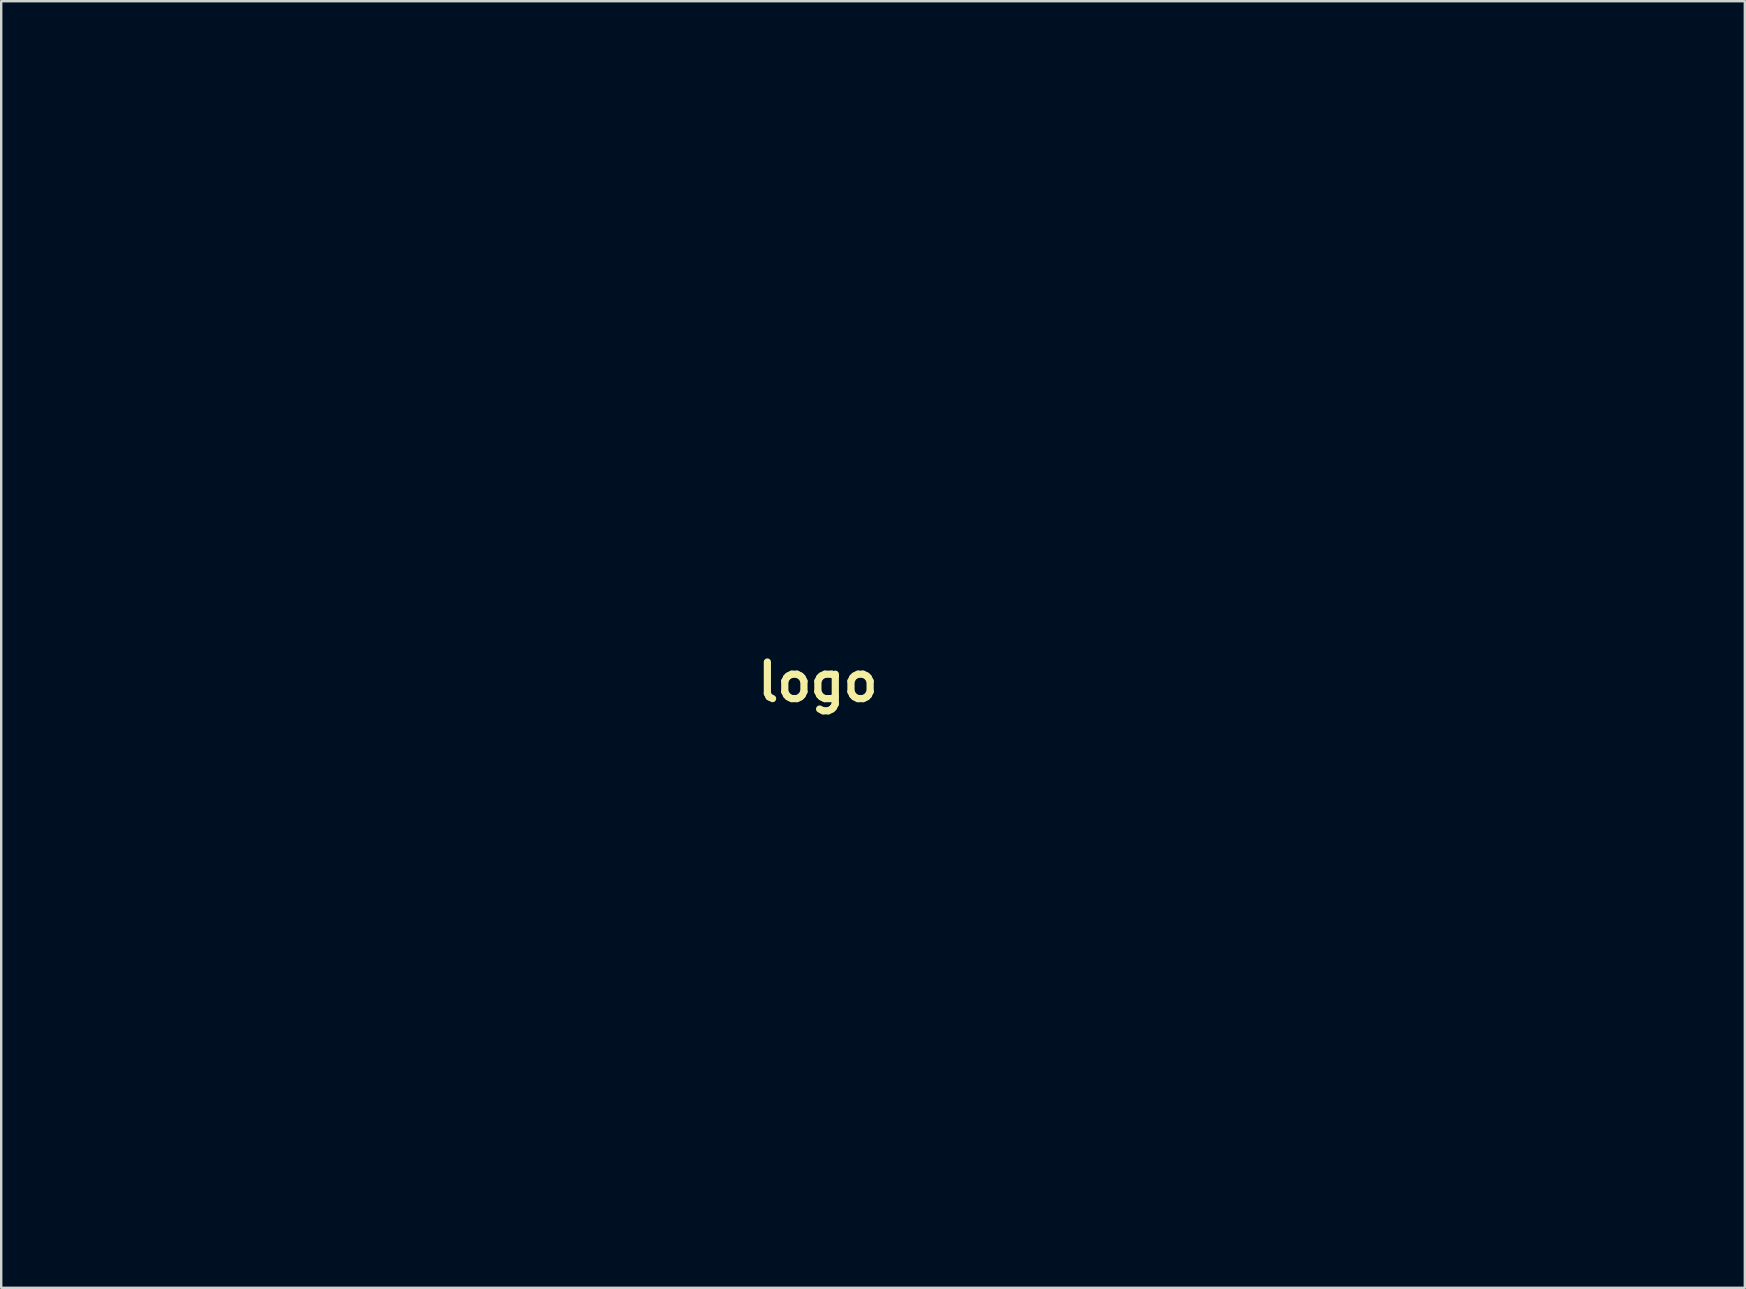
<source format=kicad_pcb>
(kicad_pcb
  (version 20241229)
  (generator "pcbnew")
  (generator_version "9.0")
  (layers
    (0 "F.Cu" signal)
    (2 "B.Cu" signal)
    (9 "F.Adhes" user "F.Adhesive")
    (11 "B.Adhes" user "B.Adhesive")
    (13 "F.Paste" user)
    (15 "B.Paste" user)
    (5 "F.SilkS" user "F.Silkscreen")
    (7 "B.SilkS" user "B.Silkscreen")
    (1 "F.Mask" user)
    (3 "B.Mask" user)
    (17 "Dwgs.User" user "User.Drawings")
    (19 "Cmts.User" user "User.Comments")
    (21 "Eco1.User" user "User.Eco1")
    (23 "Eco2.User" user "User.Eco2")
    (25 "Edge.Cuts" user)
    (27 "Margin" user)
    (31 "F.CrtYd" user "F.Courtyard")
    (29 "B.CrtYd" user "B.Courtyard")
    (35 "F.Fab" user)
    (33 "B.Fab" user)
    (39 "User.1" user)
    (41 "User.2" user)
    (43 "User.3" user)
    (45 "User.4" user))
  (footprint "logo"
    (layer "F.Cu")
    (at 31.026 25.367)
    (property "Reference" "logo" (at 0 0 0) (layer "F.SilkS") (effects (font (size 1.524 1.524) (thickness 0.3))))
    (attr through_hole)
    (fp_poly (pts (xy -5.438 -8.369) (xy -5.276 -8.333) (xy -5.127 -8.281) (xy -5.006 -8.216) (xy -4.949 -8.169) (xy -4.89 -8.072) (xy -4.854 -7.942) (xy -4.843 -7.799) (xy -4.856 -7.683) (xy -4.893 -7.572) (xy -4.96 -7.43) (xy -5.05 -7.266) (xy -5.158 -7.092) (xy -5.277 -6.92) (xy -5.291 -6.9) (xy -5.389 -6.763) (xy -5.511 -6.585) (xy -5.653 -6.373) (xy -5.809 -6.135) (xy -5.976 -5.879) (xy -6.148 -5.612) (xy -6.32 -5.341) (xy -6.487 -5.074) (xy -6.646 -4.818) (xy -6.791 -4.581) (xy -6.914 -4.374) (xy -6.987 -4.254) (xy -7.085 -4.098) (xy -7.201 -3.916) (xy -7.328 -3.719) (xy -7.46 -3.518) (xy -7.576 -3.344) (xy -7.712 -3.14) (xy -7.854 -2.922) (xy -7.995 -2.704) (xy -8.126 -2.498) (xy -8.24 -2.316) (xy -8.31 -2.201) (xy -8.421 -2.018) (xy -8.545 -1.817) (xy -8.67 -1.616) (xy -8.784 -1.434) (xy -8.842 -1.343) (xy -8.989 -1.11) (xy -9.105 -0.917) (xy -9.192 -0.76) (xy -9.252 -0.634) (xy -9.287 -0.533) (xy -9.299 -0.452) (xy -9.289 -0.387) (xy -9.26 -0.332) (xy -9.242 -0.31) (xy -9.204 -0.272) (xy -9.159 -0.242) (xy -9.097 -0.218) (xy -9.008 -0.194) (xy -8.882 -0.169) (xy -8.742 -0.144) (xy -8.514 -0.099) (xy -8.341 -0.049) (xy -8.221 0.006) (xy -8.153 0.067) (xy -8.134 0.134) (xy -8.152 0.189) (xy -8.219 0.278) (xy -8.319 0.353) (xy -8.455 0.413) (xy -8.632 0.46) (xy -8.853 0.496) (xy -9.123 0.522) (xy -9.363 0.535) (xy -9.564 0.544) (xy -9.717 0.553) (xy -9.833 0.566) (xy -9.919 0.586) (xy -9.986 0.615) (xy -10.042 0.657) (xy -10.096 0.714) (xy -10.157 0.789) (xy -10.164 0.798) (xy -10.219 0.871) (xy -10.301 0.988) (xy -10.409 1.144) (xy -10.539 1.335) (xy -10.688 1.556) (xy -10.853 1.803) (xy -11.031 2.072) (xy -11.221 2.359) (xy -11.418 2.659) (xy -11.62 2.969) (xy -11.825 3.283) (xy -11.992 3.542) (xy -12.144 3.776) (xy -12.297 4.013) (xy -12.447 4.242) (xy -12.588 4.458) (xy -12.715 4.652) (xy -12.823 4.816) (xy -12.907 4.942) (xy -12.924 4.967) (xy -13.039 5.141) (xy -13.166 5.338) (xy -13.291 5.537) (xy -13.401 5.717) (xy -13.432 5.769) (xy -13.524 5.921) (xy -13.619 6.071) (xy -13.709 6.207) (xy -13.783 6.314) (xy -13.806 6.346) (xy -13.887 6.456) (xy -13.967 6.571) (xy -14.028 6.668) (xy -14.031 6.673) (xy -14.068 6.732) (xy -14.134 6.831) (xy -14.223 6.96) (xy -14.329 7.114) (xy -14.448 7.285) (xy -14.576 7.465) (xy -14.605 7.507) (xy -14.749 7.713) (xy -14.9 7.933) (xy -15.049 8.155) (xy -15.187 8.366) (xy -15.308 8.555) (xy -15.392 8.692) (xy -15.537 8.932) (xy -15.658 9.128) (xy -15.759 9.285) (xy -15.845 9.409) (xy -15.919 9.505) (xy -15.984 9.579) (xy -16.045 9.635) (xy -16.097 9.673) (xy -16.186 9.73) (xy -16.247 9.756) (xy -16.298 9.755) (xy -16.357 9.731) (xy -16.377 9.72) (xy -16.443 9.673) (xy -16.479 9.612) (xy -16.488 9.528) (xy -16.472 9.409) (xy -16.449 9.307) (xy -16.41 9.182) (xy -16.348 9.02) (xy -16.268 8.832) (xy -16.177 8.632) (xy -16.08 8.43) (xy -15.981 8.239) (xy -15.888 8.07) (xy -15.818 7.956) (xy -15.756 7.857) (xy -15.676 7.724) (xy -15.584 7.569) (xy -15.492 7.408) (xy -15.445 7.326) (xy -15.329 7.121) (xy -15.234 6.957) (xy -15.153 6.825) (xy -15.082 6.714) (xy -15.014 6.618) (xy -14.944 6.526) (xy -14.865 6.43) (xy -14.845 6.406) (xy -14.715 6.232) (xy -14.592 6.027) (xy -14.506 5.856) (xy -14.427 5.701) (xy -14.336 5.539) (xy -14.245 5.39) (xy -14.174 5.288) (xy -14.098 5.182) (xy -13.997 5.038) (xy -13.877 4.864) (xy -13.745 4.669) (xy -13.607 4.463) (xy -13.468 4.255) (xy -13.335 4.053) (xy -13.213 3.866) (xy -13.11 3.704) (xy -13.098 3.686) (xy -13.012 3.554) (xy -12.92 3.422) (xy -12.834 3.307) (xy -12.786 3.248) (xy -12.71 3.157) (xy -12.636 3.057) (xy -12.558 2.943) (xy -12.474 2.808) (xy -12.379 2.646) (xy -12.269 2.45) (xy -12.141 2.214) (xy -12.051 2.046) (xy -11.946 1.851) (xy -11.84 1.655) (xy -11.739 1.469) (xy -11.647 1.304) (xy -11.572 1.17) (xy -11.537 1.108) (xy -11.463 0.978) (xy -11.416 0.885) (xy -11.391 0.819) (xy -11.384 0.768) (xy -11.388 0.734) (xy -11.428 0.658) (xy -11.514 0.593) (xy -11.648 0.541) (xy -11.832 0.499) (xy -12.068 0.467) (xy -12.234 0.453) (xy -12.532 0.434) (xy -12.871 0.417) (xy -13.242 0.403) (xy -13.636 0.391) (xy -14.045 0.381) (xy -14.459 0.374) (xy -14.87 0.37) (xy -15.269 0.369) (xy -15.647 0.371) (xy -15.995 0.376) (xy -16.304 0.384) (xy -16.566 0.395) (xy -16.566 0.395) (xy -16.882 0.414) (xy -17.147 0.433) (xy -17.368 0.453) (xy -17.549 0.476) (xy -17.698 0.501) (xy -17.819 0.531) (xy -17.919 0.566) (xy -18.003 0.608) (xy -18.077 0.657) (xy -18.095 0.671) (xy -18.418 0.929) (xy -18.764 1.218) (xy -19.125 1.529) (xy -19.492 1.854) (xy -19.853 2.183) (xy -20.201 2.509) (xy -20.524 2.821) (xy -20.815 3.113) (xy -20.903 3.205) (xy -21.085 3.392) (xy -21.27 3.576) (xy -21.451 3.75) (xy -21.622 3.909) (xy -21.777 4.048) (xy -21.911 4.161) (xy -22.017 4.243) (xy -22.076 4.282) (xy -22.136 4.306) (xy -22.213 4.322) (xy -22.322 4.33) (xy -22.465 4.332) (xy -22.604 4.331) (xy -22.704 4.324) (xy -22.781 4.31) (xy -22.852 4.286) (xy -22.923 4.253) (xy -23.026 4.192) (xy -23.142 4.107) (xy -23.248 4.016) (xy -23.251 4.013) (xy -23.339 3.924) (xy -23.395 3.852) (xy -23.429 3.781) (xy -23.453 3.692) (xy -23.47 3.597) (xy -23.476 3.52) (xy -23.472 3.488) (xy -23.44 3.448) (xy -23.376 3.393) (xy -23.32 3.351) (xy -23.242 3.292) (xy -23.139 3.207) (xy -23.027 3.109) (xy -22.96 3.046) (xy -22.58 2.688) (xy -22.242 2.366) (xy -21.946 2.082) (xy -21.692 1.836) (xy -21.479 1.625) (xy -21.307 1.452) (xy -21.176 1.315) (xy -21.086 1.215) (xy -21.036 1.15) (xy -21.026 1.126) (xy -21.05 1.048) (xy -21.124 0.981) (xy -21.25 0.922) (xy -21.316 0.901) (xy -21.473 0.841) (xy -21.629 0.757) (xy -21.774 0.657) (xy -21.899 0.549) (xy -21.996 0.439) (xy -22.055 0.336) (xy -22.07 0.266) (xy -22.05 0.221) (xy -22 0.158) (xy -21.964 0.121) (xy -21.797 -0.002) (xy -21.584 -0.111) (xy -21.333 -0.201) (xy -21.054 -0.269) (xy -20.884 -0.297) (xy -20.716 -0.32) (xy -20.524 -0.346) (xy -20.344 -0.371) (xy -20.292 -0.378) (xy -20.142 -0.399) (xy -19.96 -0.423) (xy -19.771 -0.447) (xy -19.618 -0.466) (xy -19.431 -0.491) (xy -19.269 -0.516) (xy -19.123 -0.547) (xy -18.987 -0.585) (xy -18.854 -0.633) (xy -18.717 -0.696) (xy -18.568 -0.776) (xy -18.4 -0.877) (xy -18.399 -0.878) (xy -15.935 -0.878) (xy -15.934 -0.836) (xy -15.918 -0.796) (xy -15.905 -0.775) (xy -15.891 -0.755) (xy -15.872 -0.738) (xy -15.844 -0.725) (xy -15.8 -0.713) (xy -15.735 -0.703) (xy -15.641 -0.694) (xy -15.515 -0.684) (xy -15.349 -0.673) (xy -15.137 -0.661) (xy -14.915 -0.648) (xy -14.708 -0.635) (xy -14.465 -0.619) (xy -14.209 -0.599) (xy -13.96 -0.579) (xy -13.775 -0.563) (xy -13.555 -0.545) (xy -13.299 -0.526) (xy -13.027 -0.508) (xy -12.759 -0.492) (xy -12.516 -0.48) (xy -12.491 -0.479) (xy -12.295 -0.47) (xy -12.113 -0.462) (xy -11.953 -0.455) (xy -11.826 -0.448) (xy -11.74 -0.443) (xy -11.712 -0.441) (xy -11.578 -0.433) (xy -11.419 -0.429) (xy -11.25 -0.429) (xy -11.086 -0.432) (xy -10.943 -0.438) (xy -10.835 -0.448) (xy -10.806 -0.452) (xy -10.697 -0.478) (xy -10.601 -0.516) (xy -10.511 -0.573) (xy -10.421 -0.654) (xy -10.321 -0.766) (xy -10.205 -0.916) (xy -10.112 -1.044) (xy -9.926 -1.311) (xy -9.747 -1.584) (xy -9.571 -1.873) (xy -9.391 -2.184) (xy -9.205 -2.526) (xy -9.007 -2.906) (xy -8.822 -3.274) (xy -8.723 -3.472) (xy -8.646 -3.628) (xy -8.585 -3.749) (xy -8.537 -3.843) (xy -8.498 -3.918) (xy -8.463 -3.982) (xy -8.427 -4.042) (xy -8.388 -4.108) (xy -8.34 -4.186) (xy -8.311 -4.233) (xy -8.262 -4.315) (xy -8.191 -4.437) (xy -8.102 -4.592) (xy -8.001 -4.77) (xy -7.891 -4.964) (xy -7.777 -5.165) (xy -7.664 -5.365) (xy -7.558 -5.556) (xy -7.462 -5.729) (xy -7.38 -5.876) (xy -7.319 -5.989) (xy -7.289 -6.046) (xy -7.262 -6.13) (xy -7.258 -6.202) (xy -7.279 -6.262) (xy -7.326 -6.289) (xy -7.404 -6.283) (xy -7.517 -6.242) (xy -7.668 -6.167) (xy -7.719 -6.14) (xy -7.851 -6.069) (xy -7.983 -6.003) (xy -8.097 -5.949) (xy -8.156 -5.925) (xy -8.272 -5.875) (xy -8.415 -5.801) (xy -8.59 -5.702) (xy -8.799 -5.575) (xy -9.045 -5.419) (xy -9.332 -5.231) (xy -9.426 -5.169) (xy -9.609 -5.049) (xy -9.798 -4.93) (xy -9.982 -4.818) (xy -10.147 -4.721) (xy -10.283 -4.645) (xy -10.329 -4.622) (xy -10.48 -4.546) (xy -10.607 -4.48) (xy -10.721 -4.419) (xy -10.833 -4.355) (xy -10.954 -4.281) (xy -11.096 -4.193) (xy -11.27 -4.082) (xy -11.349 -4.031) (xy -11.518 -3.925) (xy -11.702 -3.814) (xy -11.882 -3.708) (xy -12.042 -3.618) (xy -12.107 -3.583) (xy -12.255 -3.5) (xy -12.402 -3.41) (xy -12.531 -3.322) (xy -12.615 -3.255) (xy -12.72 -3.171) (xy -12.83 -3.092) (xy -12.924 -3.035) (xy -12.93 -3.032) (xy -13.084 -2.949) (xy -13.249 -2.85) (xy -13.434 -2.729) (xy -13.647 -2.582) (xy -13.837 -2.445) (xy -13.967 -2.352) (xy -14.133 -2.234) (xy -14.325 -2.099) (xy -14.533 -1.955) (xy -14.745 -1.808) (xy -14.951 -1.666) (xy -14.972 -1.652) (xy -15.22 -1.481) (xy -15.424 -1.338) (xy -15.589 -1.22) (xy -15.717 -1.123) (xy -15.812 -1.043) (xy -15.878 -0.978) (xy -15.917 -0.924) (xy -15.935 -0.878) (xy -18.399 -0.878) (xy -18.208 -1.001) (xy -17.982 -1.152) (xy -17.753 -1.309) (xy -16.65 -2.049) (xy -15.574 -2.741) (xy -14.732 -3.26) (xy -14.498 -3.402) (xy -14.241 -3.557) (xy -13.978 -3.716) (xy -13.72 -3.873) (xy -13.482 -4.017) (xy -13.277 -4.141) (xy -13.266 -4.148) (xy -13.013 -4.301) (xy -12.781 -4.439) (xy -12.563 -4.567) (xy -12.348 -4.69) (xy -12.126 -4.815) (xy -11.887 -4.947) (xy -11.621 -5.091) (xy -11.317 -5.253) (xy -11.204 -5.313) (xy -10.871 -5.491) (xy -10.566 -5.655) (xy -10.293 -5.803) (xy -10.054 -5.933) (xy -9.854 -6.044) (xy -9.696 -6.134) (xy -9.582 -6.201) (xy -9.525 -6.237) (xy -9.433 -6.293) (xy -9.299 -6.366) (xy -9.129 -6.453) (xy -8.933 -6.55) (xy -8.721 -6.653) (xy -8.499 -6.758) (xy -8.278 -6.86) (xy -8.065 -6.956) (xy -7.869 -7.041) (xy -7.7 -7.112) (xy -7.565 -7.164) (xy -7.493 -7.189) (xy -7.232 -7.29) (xy -6.956 -7.443) (xy -6.668 -7.647) (xy -6.37 -7.899) (xy -6.262 -8.001) (xy -6.122 -8.134) (xy -6.012 -8.232) (xy -5.923 -8.3) (xy -5.845 -8.344) (xy -5.77 -8.369) (xy -5.688 -8.379) (xy -5.595 -8.382) (xy -5.438 -8.369)) (stroke (width 0.01) (type solid)) (fill yes) (layer "F.Mask"))
    (fp_poly (pts (xy 28.781 0.84) (xy 28.952 0.89) (xy 29.119 0.963) (xy 29.282 1.05) (xy 29.416 1.145) (xy 29.549 1.268) (xy 29.554 1.273) (xy 29.672 1.398) (xy 29.754 1.502) (xy 29.806 1.596) (xy 29.837 1.694) (xy 29.849 1.762) (xy 29.854 1.835) (xy 29.847 1.913) (xy 29.826 2.003) (xy 29.789 2.113) (xy 29.732 2.25) (xy 29.654 2.42) (xy 29.551 2.631) (xy 29.526 2.681) (xy 29.281 3.175) (xy 28.786 3.697) (xy 28.59 3.906) (xy 28.382 4.126) (xy 28.172 4.35) (xy 27.967 4.57) (xy 27.775 4.776) (xy 27.603 4.963) (xy 27.458 5.12) (xy 27.403 5.18) (xy 27.319 5.266) (xy 27.211 5.368) (xy 27.1 5.466) (xy 27.079 5.484) (xy 27.013 5.543) (xy 26.913 5.638) (xy 26.783 5.764) (xy 26.628 5.917) (xy 26.453 6.091) (xy 26.263 6.283) (xy 26.061 6.487) (xy 25.854 6.698) (xy 25.644 6.913) (xy 25.438 7.125) (xy 25.239 7.33) (xy 25.053 7.524) (xy 24.884 7.701) (xy 24.737 7.857) (xy 24.616 7.987) (xy 24.526 8.087) (xy 24.49 8.128) (xy 24.387 8.253) (xy 24.283 8.385) (xy 24.191 8.505) (xy 24.137 8.58) (xy 24.062 8.678) (xy 23.961 8.799) (xy 23.851 8.924) (xy 23.777 9.003) (xy 23.68 9.104) (xy 23.595 9.198) (xy 23.531 9.272) (xy 23.499 9.313) (xy 23.461 9.396) (xy 23.457 9.47) (xy 23.489 9.518) (xy 23.499 9.522) (xy 23.558 9.525) (xy 23.661 9.507) (xy 23.797 9.472) (xy 23.958 9.422) (xy 24.135 9.36) (xy 24.319 9.289) (xy 24.501 9.213) (xy 24.64 9.149) (xy 24.732 9.109) (xy 24.871 9.053) (xy 25.049 8.985) (xy 25.259 8.907) (xy 25.494 8.822) (xy 25.747 8.732) (xy 26.011 8.641) (xy 26.136 8.598) (xy 26.393 8.509) (xy 26.642 8.423) (xy 26.876 8.34) (xy 27.087 8.264) (xy 27.269 8.197) (xy 27.416 8.142) (xy 27.52 8.101) (xy 27.559 8.083) (xy 27.687 8.027) (xy 27.86 7.957) (xy 28.081 7.873) (xy 28.352 7.774) (xy 28.673 7.66) (xy 28.871 7.59) (xy 28.97 7.555) (xy 29.104 7.506) (xy 29.256 7.449) (xy 29.408 7.392) (xy 29.409 7.391) (xy 29.588 7.327) (xy 29.792 7.258) (xy 29.994 7.194) (xy 30.129 7.154) (xy 30.371 7.086) (xy 30.567 7.029) (xy 30.726 6.98) (xy 30.858 6.937) (xy 30.971 6.895) (xy 31.075 6.853) (xy 31.178 6.806) (xy 31.288 6.751) (xy 31.313 6.739) (xy 31.488 6.652) (xy 31.627 6.587) (xy 31.74 6.54) (xy 31.84 6.508) (xy 31.941 6.486) (xy 32.053 6.471) (xy 32.145 6.461) (xy 32.541 6.399) (xy 32.938 6.29) (xy 33.175 6.203) (xy 33.436 6.102) (xy 33.658 6.022) (xy 33.854 5.961) (xy 34.036 5.913) (xy 34.217 5.876) (xy 34.248 5.87) (xy 34.406 5.838) (xy 34.574 5.797) (xy 34.726 5.753) (xy 34.792 5.73) (xy 34.966 5.674) (xy 35.106 5.649) (xy 35.225 5.658) (xy 35.336 5.704) (xy 35.452 5.787) (xy 35.505 5.833) (xy 35.583 5.917) (xy 35.615 5.99) (xy 35.616 6.011) (xy 35.609 6.077) (xy 35.583 6.13) (xy 35.531 6.175) (xy 35.445 6.217) (xy 35.318 6.259) (xy 35.143 6.307) (xy 35.137 6.309) (xy 34.888 6.375) (xy 34.652 6.445) (xy 34.414 6.521) (xy 34.165 6.608) (xy 33.89 6.71) (xy 33.577 6.832) (xy 33.538 6.847) (xy 33.346 6.922) (xy 33.152 6.996) (xy 32.969 7.064) (xy 32.81 7.121) (xy 32.687 7.162) (xy 32.663 7.17) (xy 32.532 7.207) (xy 32.377 7.247) (xy 32.209 7.287) (xy 32.041 7.325) (xy 31.886 7.356) (xy 31.755 7.38) (xy 31.661 7.393) (xy 31.634 7.394) (xy 31.58 7.402) (xy 31.482 7.422) (xy 31.348 7.452) (xy 31.188 7.491) (xy 31.01 7.535) (xy 30.825 7.583) (xy 30.641 7.631) (xy 30.468 7.679) (xy 30.315 7.722) (xy 30.192 7.759) (xy 30.184 7.762) (xy 30.027 7.816) (xy 29.854 7.88) (xy 29.695 7.944) (xy 29.647 7.964) (xy 29.54 8.009) (xy 29.392 8.066) (xy 29.217 8.131) (xy 29.029 8.198) (xy 28.839 8.264) (xy 28.829 8.267) (xy 28.629 8.336) (xy 28.419 8.411) (xy 28.215 8.486) (xy 28.033 8.554) (xy 27.898 8.608) (xy 27.795 8.652) (xy 27.653 8.716) (xy 27.48 8.797) (xy 27.281 8.892) (xy 27.063 8.997) (xy 26.833 9.109) (xy 26.597 9.225) (xy 26.361 9.342) (xy 26.132 9.456) (xy 25.916 9.565) (xy 25.721 9.665) (xy 25.552 9.752) (xy 25.415 9.825) (xy 25.318 9.879) (xy 25.273 9.907) (xy 25.174 9.974) (xy 25.068 10.041) (xy 25.045 10.056) (xy 24.935 10.151) (xy 24.862 10.273) (xy 24.836 10.405) (xy 24.836 10.405) (xy 24.844 10.468) (xy 24.867 10.567) (xy 24.9 10.685) (xy 24.918 10.742) (xy 24.948 10.838) (xy 24.974 10.927) (xy 24.996 11.016) (xy 25.014 11.109) (xy 25.027 11.209) (xy 25.037 11.322) (xy 25.043 11.453) (xy 25.045 11.606) (xy 25.043 11.785) (xy 25.038 11.996) (xy 25.03 12.243) (xy 25.018 12.53) (xy 25.003 12.862) (xy 24.985 13.244) (xy 24.976 13.42) (xy 24.966 13.743) (xy 24.964 14.087) (xy 24.971 14.438) (xy 24.985 14.782) (xy 25.007 15.104) (xy 25.035 15.39) (xy 25.048 15.489) (xy 25.072 15.649) (xy 25.107 15.852) (xy 25.15 16.086) (xy 25.199 16.342) (xy 25.252 16.606) (xy 25.306 16.867) (xy 25.359 17.114) (xy 25.363 17.131) (xy 25.413 17.336) (xy 25.48 17.576) (xy 25.559 17.836) (xy 25.643 18.098) (xy 25.729 18.347) (xy 25.811 18.566) (xy 25.824 18.598) (xy 25.866 18.706) (xy 25.924 18.854) (xy 25.991 19.031) (xy 26.064 19.223) (xy 26.138 19.42) (xy 26.16 19.481) (xy 26.267 19.763) (xy 26.38 20.048) (xy 26.493 20.327) (xy 26.603 20.589) (xy 26.706 20.824) (xy 26.797 21.022) (xy 26.846 21.124) (xy 26.969 21.397) (xy 27.05 21.647) (xy 27.09 21.856) (xy 27.104 21.995) (xy 27.104 22.089) (xy 27.087 22.15) (xy 27.05 22.187) (xy 27.002 22.209) (xy 26.938 22.229) (xy 26.889 22.232) (xy 26.843 22.213) (xy 26.786 22.164) (xy 26.703 22.081) (xy 26.7 22.077) (xy 26.598 21.961) (xy 26.477 21.805) (xy 26.341 21.617) (xy 26.196 21.406) (xy 26.049 21.181) (xy 25.906 20.952) (xy 25.772 20.727) (xy 25.653 20.515) (xy 25.621 20.453) (xy 25.464 20.142) (xy 25.306 19.81) (xy 25.152 19.466) (xy 25.007 19.123) (xy 24.874 18.79) (xy 24.758 18.479) (xy 24.664 18.2) (xy 24.622 18.062) (xy 24.58 17.923) (xy 24.525 17.755) (xy 24.465 17.581) (xy 24.419 17.455) (xy 24.345 17.253) (xy 24.283 17.073) (xy 24.23 16.901) (xy 24.181 16.724) (xy 24.133 16.53) (xy 24.083 16.305) (xy 24.031 16.058) (xy 23.989 15.854) (xy 23.945 15.643) (xy 23.903 15.441) (xy 23.866 15.263) (xy 23.837 15.124) (xy 23.835 15.113) (xy 23.811 14.99) (xy 23.79 14.859) (xy 23.772 14.715) (xy 23.756 14.554) (xy 23.743 14.372) (xy 23.731 14.162) (xy 23.722 13.921) (xy 23.714 13.644) (xy 23.707 13.325) (xy 23.701 12.961) (xy 23.696 12.546) (xy 23.695 12.446) (xy 23.682 11.049) (xy 23.609 10.986) (xy 23.552 10.947) (xy 23.49 10.934) (xy 23.402 10.941) (xy 23.327 10.954) (xy 23.246 10.978) (xy 23.154 11.014) (xy 23.045 11.066) (xy 22.915 11.136) (xy 22.757 11.228) (xy 22.566 11.344) (xy 22.337 11.487) (xy 22.197 11.576) (xy 21.969 11.721) (xy 21.716 11.881) (xy 21.453 12.048) (xy 21.195 12.211) (xy 20.958 12.361) (xy 20.8 12.461) (xy 20.601 12.587) (xy 20.396 12.722) (xy 20.196 12.855) (xy 20.012 12.98) (xy 19.857 13.089) (xy 19.77 13.153) (xy 19.561 13.316) (xy 19.33 13.513) (xy 19.087 13.73) (xy 18.846 13.958) (xy 18.618 14.185) (xy 18.415 14.399) (xy 18.377 14.441) (xy 18.254 14.57) (xy 18.129 14.687) (xy 18.015 14.78) (xy 17.97 14.812) (xy 17.849 14.902) (xy 17.701 15.032) (xy 17.531 15.197) (xy 17.344 15.392) (xy 17.146 15.612) (xy 17.029 15.748) (xy 16.886 15.914) (xy 16.736 16.083) (xy 16.574 16.26) (xy 16.394 16.452) (xy 16.188 16.666) (xy 15.951 16.909) (xy 15.815 17.046) (xy 15.671 17.194) (xy 15.529 17.343) (xy 15.397 17.483) (xy 15.285 17.605) (xy 15.202 17.7) (xy 15.182 17.724) (xy 15.003 17.934) (xy 14.852 18.096) (xy 14.726 18.212) (xy 14.626 18.28) (xy 14.549 18.304) (xy 14.494 18.282) (xy 14.461 18.216) (xy 14.46 18.213) (xy 14.467 18.147) (xy 14.506 18.042) (xy 14.577 17.902) (xy 14.675 17.733) (xy 14.798 17.539) (xy 14.943 17.324) (xy 15.108 17.093) (xy 15.289 16.851) (xy 15.469 16.62) (xy 15.6 16.453) (xy 15.742 16.272) (xy 15.881 16.091) (xy 16.006 15.928) (xy 16.08 15.829) (xy 16.185 15.689) (xy 16.293 15.546) (xy 16.392 15.416) (xy 16.472 15.313) (xy 16.489 15.291) (xy 16.566 15.187) (xy 16.658 15.054) (xy 16.752 14.909) (xy 16.819 14.801) (xy 16.9 14.665) (xy 16.955 14.56) (xy 16.986 14.471) (xy 16.999 14.382) (xy 16.996 14.277) (xy 16.981 14.139) (xy 16.978 14.111) (xy 16.972 13.911) (xy 17.01 13.744) (xy 17.091 13.605) (xy 17.094 13.602) (xy 17.145 13.55) (xy 17.231 13.476) (xy 17.338 13.388) (xy 17.453 13.299) (xy 17.814 13.024) (xy 18.148 12.766) (xy 18.45 12.527) (xy 18.72 12.309) (xy 18.953 12.115) (xy 19.148 11.946) (xy 19.301 11.805) (xy 19.396 11.71) (xy 19.476 11.626) (xy 19.591 11.509) (xy 19.734 11.367) (xy 19.899 11.204) (xy 20.079 11.028) (xy 20.268 10.844) (xy 20.459 10.66) (xy 20.473 10.646) (xy 20.744 10.384) (xy 20.974 10.158) (xy 21.162 9.966) (xy 21.312 9.807) (xy 21.424 9.68) (xy 21.48 9.61) (xy 21.593 9.46) (xy 21.684 9.346) (xy 21.764 9.256) (xy 21.843 9.177) (xy 21.931 9.1) (xy 22.027 9.023) (xy 22.149 8.92) (xy 22.299 8.781) (xy 22.47 8.612) (xy 22.656 8.421) (xy 22.848 8.216) (xy 23.039 8.004) (xy 23.112 7.922) (xy 23.231 7.791) (xy 23.36 7.656) (xy 23.483 7.534) (xy 23.587 7.44) (xy 23.592 7.436) (xy 23.711 7.327) (xy 23.857 7.18) (xy 24.026 7.002) (xy 24.21 6.799) (xy 24.405 6.578) (xy 24.604 6.345) (xy 24.801 6.108) (xy 24.99 5.874) (xy 25.166 5.648) (xy 25.202 5.6) (xy 25.323 5.445) (xy 25.46 5.276) (xy 25.598 5.113) (xy 25.722 4.974) (xy 25.747 4.946) (xy 25.997 4.676) (xy 26.212 4.434) (xy 26.4 4.211) (xy 26.569 3.998) (xy 26.725 3.785) (xy 26.878 3.563) (xy 27.033 3.322) (xy 27.044 3.304) (xy 27.18 3.084) (xy 27.284 2.904) (xy 27.359 2.758) (xy 27.408 2.64) (xy 27.431 2.545) (xy 27.432 2.467) (xy 27.413 2.401) (xy 27.392 2.364) (xy 27.322 2.305) (xy 27.209 2.272) (xy 27.064 2.265) (xy 26.905 2.285) (xy 26.796 2.312) (xy 26.642 2.358) (xy 26.449 2.42) (xy 26.224 2.496) (xy 25.974 2.584) (xy 25.704 2.681) (xy 25.423 2.784) (xy 25.135 2.892) (xy 24.849 3.001) (xy 24.571 3.109) (xy 24.307 3.214) (xy 24.064 3.313) (xy 23.849 3.403) (xy 23.669 3.483) (xy 23.58 3.525) (xy 23.424 3.602) (xy 23.26 3.689) (xy 23.108 3.774) (xy 23.002 3.838) (xy 22.902 3.898) (xy 22.764 3.978) (xy 22.6 4.071) (xy 22.423 4.169) (xy 22.245 4.266) (xy 22.226 4.276) (xy 21.97 4.417) (xy 21.676 4.584) (xy 21.353 4.773) (xy 21.007 4.98) (xy 20.647 5.198) (xy 20.282 5.423) (xy 19.919 5.65) (xy 19.646 5.825) (xy 19.449 5.951) (xy 19.291 6.053) (xy 19.164 6.137) (xy 19.058 6.208) (xy 18.965 6.273) (xy 18.876 6.337) (xy 18.784 6.408) (xy 18.678 6.49) (xy 18.551 6.59) (xy 18.412 6.696) (xy 18.259 6.808) (xy 18.112 6.911) (xy 18.015 6.976) (xy 17.916 7.042) (xy 17.785 7.137) (xy 17.631 7.25) (xy 17.467 7.374) (xy 17.302 7.502) (xy 17.263 7.532) (xy 17.059 7.691) (xy 16.892 7.817) (xy 16.754 7.912) (xy 16.64 7.982) (xy 16.544 8.029) (xy 16.458 8.056) (xy 16.377 8.067) (xy 16.295 8.067) (xy 16.291 8.066) (xy 16.126 8.033) (xy 15.954 7.961) (xy 15.791 7.861) (xy 15.651 7.742) (xy 15.55 7.614) (xy 15.537 7.592) (xy 15.483 7.436) (xy 15.482 7.285) (xy 15.532 7.146) (xy 15.632 7.028) (xy 15.66 7.006) (xy 15.732 6.953) (xy 15.83 6.881) (xy 15.936 6.803) (xy 15.96 6.785) (xy 16.023 6.741) (xy 16.128 6.671) (xy 16.27 6.577) (xy 16.443 6.464) (xy 16.642 6.335) (xy 16.861 6.194) (xy 17.095 6.044) (xy 17.338 5.889) (xy 17.371 5.868) (xy 17.617 5.711) (xy 17.856 5.558) (xy 18.082 5.411) (xy 18.29 5.275) (xy 18.474 5.154) (xy 18.628 5.051) (xy 18.746 4.971) (xy 18.823 4.916) (xy 18.828 4.912) (xy 18.96 4.817) (xy 19.118 4.71) (xy 19.277 4.607) (xy 19.364 4.554) (xy 19.657 4.382) (xy 19.904 4.236) (xy 20.112 4.114) (xy 20.283 4.015) (xy 20.423 3.935) (xy 20.534 3.872) (xy 20.622 3.825) (xy 20.69 3.79) (xy 20.742 3.766) (xy 20.767 3.755) (xy 20.893 3.701) (xy 21.055 3.625) (xy 21.239 3.534) (xy 21.431 3.434) (xy 21.62 3.332) (xy 21.792 3.236) (xy 21.885 3.181) (xy 22.008 3.109) (xy 22.134 3.039) (xy 22.269 2.969) (xy 22.42 2.895) (xy 22.593 2.815) (xy 22.793 2.726) (xy 23.027 2.626) (xy 23.301 2.511) (xy 23.621 2.378) (xy 23.638 2.372) (xy 24.051 2.203) (xy 24.42 2.056) (xy 24.754 1.927) (xy 25.059 1.814) (xy 25.344 1.713) (xy 25.513 1.656) (xy 25.612 1.622) (xy 25.75 1.575) (xy 25.912 1.519) (xy 26.086 1.458) (xy 26.204 1.417) (xy 26.428 1.342) (xy 26.697 1.261) (xy 26.999 1.175) (xy 27.325 1.088) (xy 27.663 1.002) (xy 28.002 0.92) (xy 28.207 0.874) (xy 28.425 0.834) (xy 28.611 0.822) (xy 28.781 0.84)) (stroke (width 0.01) (type solid)) (fill yes) (layer "F.Mask"))
    (fp_poly (pts (xy 1.623 -5.422) (xy 1.663 -5.412) (xy 1.742 -5.395) (xy 1.843 -5.373) (xy 1.849 -5.372) (xy 2.046 -5.321) (xy 2.205 -5.257) (xy 2.32 -5.185) (xy 2.383 -5.112) (xy 2.413 -5.048) (xy 2.422 -4.999) (xy 2.406 -4.947) (xy 2.363 -4.876) (xy 2.324 -4.819) (xy 2.273 -4.747) (xy 2.225 -4.681) (xy 2.175 -4.616) (xy 2.12 -4.548) (xy 2.056 -4.474) (xy 1.98 -4.389) (xy 1.888 -4.29) (xy 1.776 -4.172) (xy 1.641 -4.032) (xy 1.48 -3.866) (xy 1.287 -3.67) (xy 1.061 -3.44) (xy 0.912 -3.288) (xy 0.762 -3.13) (xy 0.597 -2.946) (xy 0.434 -2.754) (xy 0.288 -2.574) (xy 0.24 -2.512) (xy 0.11 -2.347) (xy -0.039 -2.168) (xy -0.192 -1.992) (xy -0.335 -1.836) (xy -0.391 -1.778) (xy -0.497 -1.669) (xy -0.626 -1.535) (xy -0.772 -1.38) (xy -0.93 -1.212) (xy -1.095 -1.036) (xy -1.26 -0.858) (xy -1.421 -0.683) (xy -1.573 -0.519) (xy -1.708 -0.37) (xy -1.823 -0.242) (xy -1.912 -0.142) (xy -1.969 -0.075) (xy -1.979 -0.062) (xy -2.046 0.027) (xy -2.12 0.128) (xy -2.147 0.164) (xy -2.205 0.236) (xy -2.29 0.332) (xy -2.389 0.438) (xy -2.452 0.502) (xy -2.532 0.585) (xy -2.641 0.702) (xy -2.77 0.844) (xy -2.912 1.002) (xy -3.059 1.168) (xy -3.16 1.284) (xy -3.321 1.467) (xy -3.498 1.664) (xy -3.679 1.863) (xy -3.853 2.05) (xy -4.006 2.213) (xy -4.064 2.272) (xy -4.401 2.619) (xy -4.699 2.93) (xy -4.96 3.205) (xy -5.186 3.446) (xy -5.376 3.655) (xy -5.535 3.835) (xy -5.662 3.987) (xy -5.76 4.112) (xy -5.829 4.213) (xy -5.873 4.291) (xy -5.892 4.349) (xy -5.893 4.371) (xy -5.884 4.413) (xy -5.861 4.435) (xy -5.809 4.441) (xy -5.729 4.439) (xy -5.658 4.433) (xy -5.584 4.416) (xy -5.496 4.385) (xy -5.382 4.336) (xy -5.234 4.265) (xy -5.179 4.238) (xy -4.997 4.15) (xy -4.788 4.051) (xy -4.577 3.954) (xy -4.389 3.87) (xy -4.375 3.864) (xy -4.176 3.772) (xy -3.998 3.68) (xy -3.855 3.596) (xy -3.787 3.549) (xy -3.671 3.469) (xy -3.531 3.382) (xy -3.395 3.307) (xy -3.376 3.297) (xy -3.25 3.232) (xy -3.099 3.151) (xy -2.945 3.066) (xy -2.865 3.021) (xy -2.717 2.938) (xy -2.553 2.851) (xy -2.399 2.772) (xy -2.328 2.737) (xy -2.192 2.669) (xy -2.031 2.586) (xy -1.87 2.5) (xy -1.779 2.451) (xy -1.643 2.378) (xy -1.504 2.31) (xy -1.381 2.256) (xy -1.309 2.228) (xy -1.197 2.199) (xy -1.041 2.169) (xy -0.853 2.139) (xy -0.646 2.111) (xy -0.432 2.087) (xy -0.224 2.067) (xy -0.034 2.054) (xy 0.126 2.049) (xy 0.232 2.052) (xy 0.352 2.063) (xy 0.44 2.081) (xy 0.517 2.114) (xy 0.606 2.168) (xy 0.647 2.195) (xy 0.771 2.273) (xy 0.915 2.354) (xy 1.044 2.419) (xy 1.237 2.518) (xy 1.377 2.615) (xy 1.468 2.712) (xy 1.513 2.815) (xy 1.515 2.926) (xy 1.514 2.927) (xy 1.471 3.078) (xy 1.388 3.255) (xy 1.27 3.45) (xy 1.121 3.655) (xy 0.997 3.806) (xy 0.889 3.932) (xy 0.786 4.055) (xy 0.697 4.164) (xy 0.632 4.245) (xy 0.619 4.263) (xy 0.546 4.356) (xy 0.457 4.466) (xy 0.376 4.563) (xy 0.304 4.649) (xy 0.211 4.765) (xy 0.106 4.899) (xy 0.003 5.033) (xy -0.01 5.05) (xy -0.129 5.214) (xy -0.213 5.343) (xy -0.261 5.442) (xy -0.278 5.518) (xy -0.265 5.576) (xy -0.227 5.621) (xy -0.14 5.66) (xy -0.003 5.676) (xy 0.181 5.67) (xy 0.41 5.642) (xy 0.682 5.593) (xy 0.995 5.523) (xy 1.346 5.432) (xy 1.557 5.373) (xy 1.899 5.277) (xy 2.194 5.202) (xy 2.447 5.146) (xy 2.664 5.108) (xy 2.85 5.086) (xy 2.99 5.08) (xy 3.072 5.078) (xy 3.13 5.065) (xy 3.182 5.033) (xy 3.245 4.972) (xy 3.283 4.932) (xy 3.364 4.842) (xy 3.463 4.726) (xy 3.563 4.604) (xy 3.603 4.553) (xy 3.72 4.415) (xy 3.831 4.307) (xy 3.914 4.246) (xy 3.987 4.206) (xy 4.051 4.185) (xy 4.124 4.179) (xy 4.229 4.183) (xy 4.254 4.185) (xy 4.367 4.199) (xy 4.465 4.22) (xy 4.528 4.244) (xy 4.529 4.245) (xy 4.584 4.312) (xy 4.614 4.42) (xy 4.62 4.558) (xy 4.599 4.716) (xy 4.587 4.766) (xy 4.563 4.864) (xy 4.555 4.924) (xy 4.562 4.962) (xy 4.586 4.995) (xy 4.591 5.001) (xy 4.648 5.036) (xy 4.733 5.042) (xy 4.85 5.016) (xy 5.006 4.958) (xy 5.064 4.933) (xy 5.209 4.879) (xy 5.342 4.853) (xy 5.481 4.854) (xy 5.646 4.881) (xy 5.721 4.899) (xy 5.917 4.958) (xy 6.064 5.027) (xy 6.167 5.109) (xy 6.17 5.113) (xy 6.24 5.206) (xy 6.295 5.312) (xy 6.328 5.411) (xy 6.331 5.477) (xy 6.341 5.556) (xy 6.375 5.599) (xy 6.417 5.63) (xy 6.464 5.638) (xy 6.536 5.625) (xy 6.566 5.618) (xy 6.638 5.593) (xy 6.749 5.545) (xy 6.889 5.48) (xy 7.048 5.403) (xy 7.215 5.319) (xy 7.381 5.234) (xy 7.534 5.151) (xy 7.665 5.077) (xy 7.764 5.016) (xy 7.765 5.016) (xy 7.868 4.959) (xy 8.01 4.899) (xy 8.197 4.835) (xy 8.354 4.787) (xy 8.518 4.739) (xy 8.677 4.69) (xy 8.817 4.647) (xy 8.924 4.613) (xy 8.958 4.601) (xy 9.13 4.556) (xy 9.284 4.548) (xy 9.443 4.577) (xy 9.465 4.584) (xy 9.617 4.647) (xy 9.737 4.733) (xy 9.818 4.835) (xy 9.855 4.943) (xy 9.847 5.031) (xy 9.802 5.14) (xy 9.72 5.28) (xy 9.608 5.442) (xy 9.472 5.618) (xy 9.316 5.802) (xy 9.261 5.864) (xy 9.136 6.001) (xy 8.989 6.165) (xy 8.834 6.341) (xy 8.684 6.511) (xy 8.603 6.604) (xy 8.481 6.742) (xy 8.363 6.875) (xy 8.255 6.993) (xy 8.168 7.086) (xy 8.114 7.14) (xy 8.041 7.215) (xy 7.947 7.319) (xy 7.844 7.437) (xy 7.762 7.535) (xy 7.664 7.654) (xy 7.541 7.799) (xy 7.406 7.955) (xy 7.273 8.108) (xy 7.222 8.166) (xy 7.004 8.412) (xy 6.822 8.62) (xy 6.671 8.793) (xy 6.55 8.935) (xy 6.455 9.049) (xy 6.383 9.14) (xy 6.332 9.212) (xy 6.299 9.266) (xy 6.281 9.309) (xy 6.275 9.342) (xy 6.279 9.371) (xy 6.283 9.384) (xy 6.307 9.414) (xy 6.356 9.421) (xy 6.418 9.414) (xy 6.528 9.389) (xy 6.68 9.343) (xy 6.862 9.281) (xy 7.063 9.205) (xy 7.275 9.121) (xy 7.486 9.031) (xy 7.687 8.939) (xy 7.705 8.931) (xy 7.877 8.852) (xy 8.06 8.773) (xy 8.235 8.701) (xy 8.385 8.645) (xy 8.441 8.626) (xy 8.593 8.572) (xy 8.755 8.509) (xy 8.901 8.446) (xy 8.963 8.417) (xy 9.117 8.345) (xy 9.308 8.263) (xy 9.52 8.177) (xy 9.735 8.095) (xy 9.937 8.022) (xy 10.109 7.966) (xy 10.132 7.959) (xy 10.287 7.922) (xy 10.417 7.907) (xy 10.513 7.915) (xy 10.569 7.946) (xy 10.578 7.967) (xy 10.567 8.028) (xy 10.521 8.115) (xy 10.451 8.215) (xy 10.363 8.317) (xy 10.268 8.409) (xy 10.215 8.451) (xy 10.117 8.517) (xy 9.987 8.593) (xy 9.848 8.669) (xy 9.774 8.706) (xy 9.64 8.773) (xy 9.505 8.842) (xy 9.391 8.903) (xy 9.341 8.931) (xy 9.244 8.983) (xy 9.153 9.025) (xy 9.101 9.043) (xy 9.06 9.059) (xy 8.975 9.099) (xy 8.851 9.159) (xy 8.694 9.237) (xy 8.51 9.329) (xy 8.304 9.432) (xy 8.083 9.544) (xy 7.851 9.663) (xy 7.614 9.784) (xy 7.379 9.905) (xy 7.15 10.023) (xy 6.934 10.135) (xy 6.736 10.239) (xy 6.618 10.302) (xy 6.351 10.434) (xy 6.112 10.53) (xy 5.906 10.589) (xy 5.736 10.609) (xy 5.723 10.609) (xy 5.633 10.606) (xy 5.566 10.601) (xy 5.546 10.598) (xy 5.499 10.585) (xy 5.442 10.572) (xy 5.328 10.52) (xy 5.221 10.421) (xy 5.129 10.287) (xy 5.057 10.126) (xy 5.012 9.949) (xy 5.001 9.856) (xy 4.996 9.749) (xy 5.001 9.67) (xy 5.021 9.596) (xy 5.059 9.506) (xy 5.092 9.439) (xy 5.12 9.386) (xy 5.152 9.332) (xy 5.192 9.274) (xy 5.244 9.207) (xy 5.311 9.127) (xy 5.398 9.029) (xy 5.507 8.91) (xy 5.642 8.766) (xy 5.808 8.591) (xy 6.007 8.382) (xy 6.13 8.254) (xy 6.325 8.05) (xy 6.514 7.851) (xy 6.691 7.662) (xy 6.852 7.489) (xy 6.993 7.336) (xy 7.108 7.209) (xy 7.192 7.112) (xy 7.236 7.059) (xy 7.386 6.867) (xy 7.54 6.675) (xy 7.69 6.492) (xy 7.829 6.327) (xy 7.948 6.19) (xy 8.034 6.095) (xy 8.141 5.973) (xy 8.203 5.877) (xy 8.222 5.804) (xy 8.2 5.749) (xy 8.195 5.744) (xy 8.138 5.708) (xy 8.103 5.701) (xy 8.038 5.714) (xy 7.931 5.753) (xy 7.789 5.812) (xy 7.617 5.891) (xy 7.422 5.984) (xy 7.211 6.089) (xy 6.991 6.203) (xy 6.767 6.322) (xy 6.548 6.443) (xy 6.338 6.563) (xy 6.283 6.596) (xy 6.082 6.718) (xy 5.851 6.861) (xy 5.603 7.019) (xy 5.349 7.183) (xy 5.1 7.346) (xy 4.868 7.501) (xy 4.663 7.641) (xy 4.524 7.738) (xy 4.318 7.876) (xy 4.142 7.971) (xy 3.99 8.024) (xy 3.857 8.038) (xy 3.738 8.012) (xy 3.64 7.958) (xy 3.568 7.884) (xy 3.496 7.771) (xy 3.433 7.637) (xy 3.388 7.499) (xy 3.373 7.422) (xy 3.367 7.375) (xy 3.368 7.334) (xy 3.379 7.291) (xy 3.404 7.239) (xy 3.448 7.171) (xy 3.515 7.079) (xy 3.609 6.956) (xy 3.705 6.831) (xy 3.804 6.698) (xy 3.885 6.574) (xy 3.945 6.469) (xy 3.976 6.393) (xy 3.979 6.373) (xy 3.961 6.338) (xy 3.902 6.315) (xy 3.854 6.306) (xy 3.788 6.3) (xy 3.732 6.306) (xy 3.671 6.33) (xy 3.587 6.377) (xy 3.522 6.417) (xy 3.419 6.491) (xy 3.285 6.601) (xy 3.126 6.741) (xy 2.949 6.906) (xy 2.865 6.987) (xy 2.628 7.212) (xy 2.424 7.393) (xy 2.252 7.529) (xy 2.11 7.623) (xy 1.999 7.674) (xy 1.933 7.685) (xy 1.859 7.669) (xy 1.766 7.63) (xy 1.713 7.602) (xy 1.624 7.539) (xy 1.567 7.47) (xy 1.523 7.372) (xy 1.486 7.264) (xy 1.472 7.181) (xy 1.48 7.101) (xy 1.51 7.001) (xy 1.528 6.953) (xy 1.551 6.899) (xy 1.58 6.846) (xy 1.62 6.788) (xy 1.677 6.719) (xy 1.757 6.633) (xy 1.864 6.523) (xy 2.003 6.385) (xy 2.099 6.29) (xy 2.611 5.789) (xy 2.244 5.911) (xy 2.075 5.969) (xy 1.893 6.034) (xy 1.722 6.097) (xy 1.595 6.146) (xy 1.181 6.296) (xy 0.721 6.432) (xy 0.437 6.503) (xy 0.1 6.562) (xy -0.215 6.572) (xy -0.516 6.534) (xy -0.813 6.446) (xy -1.039 6.346) (xy -1.219 6.241) (xy -1.349 6.127) (xy -1.438 5.997) (xy -1.492 5.842) (xy -1.497 5.821) (xy -1.514 5.697) (xy -1.504 5.584) (xy -1.464 5.467) (xy -1.39 5.331) (xy -1.353 5.272) (xy -1.28 5.142) (xy -1.246 5.04) (xy -1.249 4.972) (xy -1.287 4.94) (xy -1.357 4.948) (xy -1.46 5) (xy -1.478 5.013) (xy -1.63 5.101) (xy -1.822 5.191) (xy -2.043 5.276) (xy -2.159 5.314) (xy -2.296 5.362) (xy -2.442 5.417) (xy -2.565 5.47) (xy -2.568 5.472) (xy -2.678 5.517) (xy -2.82 5.566) (xy -2.971 5.613) (xy -3.046 5.633) (xy -3.195 5.669) (xy -3.312 5.69) (xy -3.42 5.698) (xy -3.54 5.696) (xy -3.597 5.692) (xy -3.835 5.663) (xy -4.056 5.608) (xy -4.25 5.532) (xy -4.408 5.437) (xy -4.52 5.329) (xy -4.52 5.328) (xy -4.573 5.243) (xy -4.624 5.138) (xy -4.639 5.101) (xy -4.69 4.967) (xy -4.807 5.063) (xy -5.03 5.217) (xy -5.284 5.339) (xy -5.576 5.432) (xy -5.912 5.497) (xy -5.968 5.505) (xy -6.157 5.521) (xy -6.31 5.508) (xy -6.443 5.462) (xy -6.572 5.378) (xy -6.691 5.271) (xy -6.793 5.163) (xy -6.906 5.031) (xy -7.009 4.899) (xy -7.037 4.861) (xy -7.126 4.743) (xy -7.202 4.659) (xy -7.258 4.615) (xy -7.268 4.612) (xy -7.322 4.61) (xy -7.421 4.62) (xy -7.553 4.639) (xy -7.707 4.665) (xy -7.873 4.697) (xy -8.04 4.732) (xy -8.142 4.756) (xy -8.321 4.781) (xy -8.512 4.776) (xy -8.694 4.744) (xy -8.848 4.688) (xy -8.872 4.674) (xy -8.994 4.579) (xy -9.047 4.517) (xy -3.201 4.517) (xy -3.175 4.558) (xy -3.106 4.569) (xy -2.992 4.549) (xy -2.928 4.531) (xy -2.82 4.493) (xy -2.662 4.43) (xy -2.453 4.342) (xy -2.195 4.228) (xy -1.887 4.09) (xy -1.529 3.926) (xy -1.185 3.768) (xy -0.868 3.62) (xy -0.599 3.493) (xy -0.373 3.385) (xy -0.187 3.293) (xy -0.036 3.215) (xy 0.082 3.149) (xy 0.174 3.092) (xy 0.241 3.041) (xy 0.288 2.995) (xy 0.32 2.951) (xy 0.34 2.907) (xy 0.352 2.861) (xy 0.352 2.861) (xy 0.357 2.785) (xy 0.346 2.734) (xy 0.343 2.731) (xy 0.305 2.72) (xy 0.223 2.711) (xy 0.11 2.706) (xy -0.01 2.705) (xy -0.165 2.708) (xy -0.284 2.716) (xy -0.389 2.734) (xy -0.501 2.763) (xy -0.612 2.798) (xy -0.761 2.854) (xy -0.943 2.932) (xy -1.146 3.026) (xy -1.354 3.129) (xy -1.554 3.234) (xy -1.733 3.334) (xy -1.875 3.421) (xy -1.877 3.423) (xy -1.948 3.472) (xy -2.056 3.549) (xy -2.191 3.647) (xy -2.345 3.759) (xy -2.509 3.879) (xy -2.602 3.948) (xy -2.796 4.093) (xy -2.946 4.21) (xy -3.057 4.301) (xy -3.132 4.37) (xy -3.176 4.42) (xy -3.188 4.443) (xy -3.201 4.517) (xy -9.047 4.517) (xy -9.115 4.438) (xy -9.227 4.264) (xy -9.256 4.207) (xy -9.294 4.119) (xy -9.308 4.037) (xy -9.303 3.933) (xy -9.301 3.921) (xy -9.277 3.818) (xy -8.176 3.818) (xy -8.169 3.88) (xy -8.154 3.896) (xy -8.121 3.913) (xy -8.079 3.919) (xy -8.022 3.913) (xy -7.939 3.893) (xy -7.822 3.859) (xy -7.663 3.807) (xy -7.625 3.795) (xy -7.465 3.738) (xy -7.305 3.675) (xy -7.161 3.612) (xy -7.053 3.557) (xy -7.041 3.551) (xy -6.942 3.493) (xy -6.81 3.416) (xy -6.66 3.33) (xy -6.509 3.243) (xy -6.477 3.225) (xy -6.341 3.145) (xy -6.217 3.069) (xy -6.115 3.003) (xy -6.048 2.955) (xy -6.034 2.943) (xy -5.985 2.887) (xy -5.919 2.797) (xy -5.847 2.69) (xy -5.816 2.64) (xy -5.748 2.533) (xy -5.685 2.441) (xy -5.635 2.376) (xy -5.619 2.359) (xy -5.588 2.312) (xy -5.547 2.224) (xy -5.501 2.107) (xy -5.453 1.974) (xy -5.408 1.838) (xy -5.371 1.711) (xy -5.347 1.607) (xy -5.346 1.601) (xy -5.338 1.531) (xy -5.355 1.492) (xy -5.41 1.461) (xy -5.426 1.454) (xy -5.498 1.433) (xy -5.571 1.432) (xy -5.654 1.456) (xy -5.757 1.507) (xy -5.891 1.589) (xy -5.949 1.627) (xy -6.213 1.813) (xy -6.492 2.027) (xy -6.776 2.26) (xy -7.058 2.506) (xy -7.328 2.755) (xy -7.577 3.002) (xy -7.798 3.237) (xy -7.981 3.453) (xy -8.024 3.508) (xy -8.099 3.622) (xy -8.151 3.729) (xy -8.176 3.818) (xy -9.277 3.818) (xy -9.261 3.752) (xy -9.18 3.555) (xy -9.061 3.336) (xy -8.909 3.101) (xy -8.728 2.853) (xy -8.523 2.598) (xy -8.297 2.342) (xy -8.056 2.089) (xy -7.803 1.845) (xy -7.543 1.615) (xy -7.281 1.403) (xy -7.02 1.216) (xy -7.018 1.215) (xy -6.755 1.056) (xy -6.483 0.922) (xy -6.211 0.819) (xy -5.95 0.748) (xy -5.71 0.714) (xy -5.56 0.713) (xy -5.347 0.75) (xy -5.117 0.826) (xy -4.886 0.936) (xy -4.667 1.073) (xy -4.476 1.229) (xy -4.463 1.241) (xy -4.351 1.35) (xy -4.158 1.187) (xy -4.104 1.14) (xy -4.048 1.089) (xy -3.988 1.033) (xy -3.923 0.969) (xy -3.849 0.894) (xy -3.765 0.806) (xy -3.669 0.702) (xy -3.558 0.581) (xy -3.43 0.439) (xy -3.284 0.275) (xy -3.117 0.086) (xy -2.927 -0.13) (xy -2.711 -0.377) (xy -2.468 -0.655) (xy -2.196 -0.968) (xy -1.892 -1.318) (xy -1.554 -1.707) (xy -1.393 -1.892) (xy -1.198 -2.116) (xy -1.007 -2.335) (xy -0.826 -2.542) (xy -0.659 -2.732) (xy -0.509 -2.901) (xy -0.382 -3.043) (xy -0.282 -3.155) (xy -0.213 -3.23) (xy -0.198 -3.246) (xy 0.033 -3.488) (xy 0.256 -3.73) (xy 0.461 -3.961) (xy 0.639 -4.168) (xy 0.698 -4.24) (xy 0.81 -4.383) (xy 0.928 -4.543) (xy 1.045 -4.711) (xy 1.154 -4.875) (xy 1.25 -5.027) (xy 1.325 -5.157) (xy 1.372 -5.253) (xy 1.377 -5.267) (xy 1.415 -5.35) (xy 1.458 -5.394) (xy 1.51 -5.413) (xy 1.579 -5.423) (xy 1.623 -5.422)) (stroke (width 0.01) (type solid)) (fill yes) (layer "F.Mask"))
    (fp_poly (pts (xy -30.743 -25.359) (xy -30.702 -25.347) (xy -30.609 -25.318) (xy -30.467 -25.274) (xy -30.275 -25.213) (xy -30.037 -25.138) (xy -29.753 -25.049) (xy -29.426 -24.945) (xy -29.057 -24.828) (xy -28.648 -24.698) (xy -28.2 -24.556) (xy -27.715 -24.402) (xy -27.195 -24.237) (xy -26.641 -24.061) (xy -26.055 -23.874) (xy -25.439 -23.678) (xy -24.793 -23.473) (xy -24.121 -23.259) (xy -23.423 -23.037) (xy -22.701 -22.807) (xy -21.957 -22.57) (xy -21.192 -22.326) (xy -20.408 -22.077) (xy -19.607 -21.822) (xy -18.79 -21.561) (xy -17.96 -21.297) (xy -17.116 -21.028) (xy -16.262 -20.756) (xy -15.399 -20.48) (xy -14.529 -20.203) (xy -13.653 -19.923) (xy -12.772 -19.643) (xy -11.889 -19.361) (xy -11.005 -19.079) (xy -10.121 -18.797) (xy -9.241 -18.516) (xy -8.364 -18.236) (xy -7.492 -17.958) (xy -6.628 -17.682) (xy -5.773 -17.41) (xy -4.929 -17.14) (xy -4.096 -16.874) (xy -3.278 -16.613) (xy -2.475 -16.356) (xy -1.689 -16.105) (xy -0.922 -15.86) (xy -0.175 -15.622) (xy 0.55 -15.39) (xy 1.251 -15.166) (xy 1.926 -14.95) (xy 2.575 -14.743) (xy 3.195 -14.544) (xy 3.785 -14.356) (xy 4.343 -14.177) (xy 4.867 -14.009) (xy 5.356 -13.853) (xy 5.809 -13.708) (xy 6.223 -13.575) (xy 6.596 -13.455) (xy 6.928 -13.348) (xy 7.217 -13.255) (xy 7.461 -13.177) (xy 7.658 -13.113) (xy 7.807 -13.064) (xy 7.906 -13.032) (xy 7.953 -13.016) (xy 7.957 -13.014) (xy 8.031 -12.931) (xy 8.059 -12.83) (xy 8.045 -12.748) (xy 8.011 -12.703) (xy 7.932 -12.629) (xy 7.81 -12.527) (xy 7.648 -12.399) (xy 7.48 -12.271) (xy 7.33 -12.158) (xy 7.199 -12.057) (xy 7.091 -11.972) (xy 7.013 -11.908) (xy 6.97 -11.87) (xy 6.964 -11.861) (xy 7.073 -11.829) (xy 7.223 -11.783) (xy 7.408 -11.725) (xy 7.623 -11.657) (xy 7.862 -11.581) (xy 8.121 -11.498) (xy 8.394 -11.411) (xy 8.676 -11.32) (xy 8.962 -11.228) (xy 9.246 -11.135) (xy 9.524 -11.045) (xy 9.791 -10.958) (xy 10.04 -10.876) (xy 10.267 -10.801) (xy 10.467 -10.735) (xy 10.635 -10.678) (xy 10.765 -10.634) (xy 10.852 -10.603) (xy 10.891 -10.588) (xy 10.892 -10.587) (xy 10.966 -10.504) (xy 10.994 -10.403) (xy 10.981 -10.321) (xy 10.947 -10.277) (xy 10.868 -10.203) (xy 10.746 -10.101) (xy 10.583 -9.972) (xy 10.38 -9.817) (xy 10.366 -9.807) (xy 10.209 -9.688) (xy 10.069 -9.579) (xy 9.951 -9.486) (xy 9.862 -9.414) (xy 9.807 -9.365) (xy 9.791 -9.347) (xy 9.819 -9.335) (xy 9.897 -9.308) (xy 10.02 -9.267) (xy 10.184 -9.212) (xy 10.385 -9.147) (xy 10.619 -9.071) (xy 10.88 -8.986) (xy 11.166 -8.894) (xy 11.471 -8.796) (xy 11.759 -8.705) (xy 12.08 -8.602) (xy 12.386 -8.503) (xy 12.672 -8.41) (xy 12.935 -8.324) (xy 13.17 -8.246) (xy 13.372 -8.177) (xy 13.538 -8.12) (xy 13.662 -8.076) (xy 13.741 -8.046) (xy 13.769 -8.032) (xy 13.836 -7.943) (xy 13.847 -7.848) (xy 13.803 -7.746) (xy 13.702 -7.637) (xy 13.626 -7.576) (xy 13.53 -7.508) (xy 13.461 -7.471) (xy 13.404 -7.457) (xy 13.35 -7.46) (xy 13.233 -7.48) (xy 13.114 -7.509) (xy 13.014 -7.541) (xy 12.96 -7.565) (xy 12.926 -7.577) (xy 12.842 -7.606) (xy 12.713 -7.649) (xy 12.543 -7.704) (xy 12.337 -7.771) (xy 12.098 -7.847) (xy 11.832 -7.933) (xy 11.541 -8.025) (xy 11.232 -8.124) (xy 10.908 -8.226) (xy 10.577 -8.331) (xy 10.256 -8.432) (xy 9.95 -8.529) (xy 9.664 -8.62) (xy 9.404 -8.703) (xy 9.173 -8.776) (xy 8.976 -8.839) (xy 8.82 -8.889) (xy 8.708 -8.925) (xy 8.65 -8.944) (xy 8.558 -8.974) (xy 8.421 -9.019) (xy 8.244 -9.076) (xy 8.033 -9.143) (xy 7.793 -9.22) (xy 7.532 -9.304) (xy 7.254 -9.392) (xy 6.965 -9.484) (xy 6.672 -9.578) (xy 6.379 -9.67) (xy 6.094 -9.761) (xy 5.822 -9.847) (xy 5.568 -9.928) (xy 5.338 -10) (xy 5.14 -10.062) (xy 4.977 -10.113) (xy 4.856 -10.151) (xy 4.784 -10.173) (xy 4.656 -10.21) (xy 4.536 -10.246) (xy 4.441 -10.273) (xy 4.417 -10.28) (xy 4.339 -10.304) (xy 4.284 -10.326) (xy 4.276 -10.331) (xy 4.247 -10.341) (xy 4.166 -10.368) (xy 4.035 -10.41) (xy 3.856 -10.468) (xy 3.631 -10.54) (xy 3.362 -10.627) (xy 3.05 -10.727) (xy 3.046 -10.728) (xy 5.447 -10.728) (xy 5.473 -10.717) (xy 5.548 -10.691) (xy 5.665 -10.651) (xy 5.82 -10.6) (xy 6.006 -10.538) (xy 6.219 -10.469) (xy 6.452 -10.393) (xy 6.701 -10.313) (xy 6.96 -10.23) (xy 7.223 -10.145) (xy 7.485 -10.061) (xy 7.741 -9.98) (xy 7.984 -9.903) (xy 8.209 -9.832) (xy 8.411 -9.769) (xy 8.585 -9.715) (xy 8.725 -9.672) (xy 8.824 -9.642) (xy 8.879 -9.627) (xy 8.887 -9.626) (xy 8.921 -9.641) (xy 8.992 -9.686) (xy 9.092 -9.754) (xy 9.213 -9.839) (xy 9.33 -9.926) (xy 9.46 -10.023) (xy 9.571 -10.107) (xy 9.658 -10.174) (xy 9.712 -10.218) (xy 9.729 -10.233) (xy 9.7 -10.244) (xy 9.623 -10.27) (xy 9.502 -10.309) (xy 9.345 -10.36) (xy 9.156 -10.42) (xy 8.941 -10.489) (xy 8.705 -10.564) (xy 8.454 -10.644) (xy 8.193 -10.727) (xy 7.928 -10.81) (xy 7.665 -10.894) (xy 7.408 -10.974) (xy 7.164 -11.051) (xy 6.938 -11.122) (xy 6.736 -11.185) (xy 6.563 -11.239) (xy 6.424 -11.281) (xy 6.325 -11.311) (xy 6.273 -11.327) (xy 6.265 -11.328) (xy 6.232 -11.312) (xy 6.164 -11.269) (xy 6.07 -11.205) (xy 5.959 -11.127) (xy 5.841 -11.041) (xy 5.724 -10.954) (xy 5.617 -10.873) (xy 5.529 -10.804) (xy 5.47 -10.753) (xy 5.447 -10.728) (xy 5.447 -10.728) (xy 3.046 -10.728) (xy 2.698 -10.839) (xy 2.308 -10.964) (xy 1.881 -11.101) (xy 1.419 -11.248) (xy 0.925 -11.406) (xy 0.399 -11.574) (xy -0.155 -11.751) (xy -0.737 -11.937) (xy -1.344 -12.13) (xy -1.974 -12.331) (xy -2.626 -12.539) (xy -3.297 -12.753) (xy -3.986 -12.972) (xy -4.691 -13.197) (xy -5.409 -13.425) (xy -6.139 -13.658) (xy -6.88 -13.894) (xy -7.628 -14.132) (xy -8.383 -14.372) (xy -9.142 -14.614) (xy -9.903 -14.856) (xy -10.666 -15.099) (xy -11.426 -15.341) (xy -12.184 -15.581) (xy -12.936 -15.821) (xy -13.681 -16.058) (xy -14.417 -16.292) (xy -15.143 -16.522) (xy -15.855 -16.749) (xy -16.553 -16.971) (xy -17.235 -17.187) (xy -17.898 -17.398) (xy -18.541 -17.602) (xy -19.161 -17.799) (xy -19.757 -17.988) (xy -20.328 -18.169) (xy -20.87 -18.341) (xy -21.382 -18.504) (xy -21.863 -18.656) (xy -22.31 -18.798) (xy -22.721 -18.928) (xy -23.095 -19.046) (xy -23.43 -19.152) (xy -23.724 -19.244) (xy -23.974 -19.323) (xy -24.179 -19.388) (xy -24.338 -19.437) (xy -24.447 -19.471) (xy -24.506 -19.489) (xy -24.516 -19.492) (xy -24.517 -19.463) (xy -24.516 -19.38) (xy -24.514 -19.245) (xy -24.511 -19.061) (xy -24.507 -18.83) (xy -24.502 -18.554) (xy -24.496 -18.236) (xy -24.489 -17.879) (xy -24.481 -17.483) (xy -24.473 -17.053) (xy -24.463 -16.59) (xy -24.453 -16.097) (xy -24.442 -15.575) (xy -24.431 -15.028) (xy -24.419 -14.457) (xy -24.406 -13.866) (xy -24.393 -13.256) (xy -24.38 -12.63) (xy -24.372 -12.258) (xy -24.358 -11.625) (xy -24.343 -10.94) (xy -24.327 -10.209) (xy -24.31 -9.434) (xy -24.292 -8.622) (xy -24.274 -7.777) (xy -24.255 -6.903) (xy -24.235 -6.006) (xy -24.216 -5.089) (xy -24.195 -4.158) (xy -24.175 -3.218) (xy -24.154 -2.272) (xy -24.134 -1.325) (xy -24.113 -0.383) (xy -24.093 0.55) (xy -24.073 1.47) (xy -24.053 2.371) (xy -24.034 3.25) (xy -24.016 4.101) (xy -24.004 4.657) (xy -23.988 5.401) (xy -23.972 6.134) (xy -23.956 6.854) (xy -23.941 7.559) (xy -23.926 8.247) (xy -23.912 8.914) (xy -23.898 9.56) (xy -23.884 10.182) (xy -23.871 10.776) (xy -23.859 11.343) (xy -23.847 11.878) (xy -23.836 12.38) (xy -23.826 12.846) (xy -23.817 13.275) (xy -23.808 13.664) (xy -23.8 14.011) (xy -23.794 14.313) (xy -23.788 14.569) (xy -23.784 14.775) (xy -23.78 14.931) (xy -23.778 15.033) (xy -23.777 15.057) (xy -23.761 15.749) (xy -23.747 16.386) (xy -23.733 16.968) (xy -23.722 17.496) (xy -23.711 17.97) (xy -23.703 18.392) (xy -23.695 18.761) (xy -23.689 19.08) (xy -23.684 19.347) (xy -23.681 19.565) (xy -23.679 19.734) (xy -23.679 19.843) (xy -23.679 20.025) (xy -23.682 20.159) (xy -23.692 20.258) (xy -23.712 20.33) (xy -23.746 20.386) (xy -23.798 20.435) (xy -23.871 20.488) (xy -23.925 20.526) (xy -24.048 20.595) (xy -24.151 20.618) (xy -24.242 20.595) (xy -24.243 20.595) (xy -24.31 20.541) (xy -24.348 20.486) (xy -24.356 20.452) (xy -24.363 20.382) (xy -24.371 20.272) (xy -24.379 20.121) (xy -24.386 19.927) (xy -24.395 19.687) (xy -24.403 19.398) (xy -24.412 19.059) (xy -24.422 18.668) (xy -24.429 18.356) (xy -24.436 18.021) (xy -24.444 17.702) (xy -24.451 17.405) (xy -24.458 17.133) (xy -24.464 16.891) (xy -24.469 16.684) (xy -24.474 16.516) (xy -24.478 16.391) (xy -24.481 16.314) (xy -24.483 16.29) (xy -24.506 16.304) (xy -24.57 16.35) (xy -24.672 16.423) (xy -24.805 16.521) (xy -24.967 16.64) (xy -25.153 16.777) (xy -25.359 16.93) (xy -25.58 17.094) (xy -25.668 17.16) (xy -25.897 17.331) (xy -26.114 17.491) (xy -26.316 17.638) (xy -26.496 17.769) (xy -26.651 17.881) (xy -26.776 17.969) (xy -26.867 18.031) (xy -26.918 18.063) (xy -26.926 18.067) (xy -27.027 18.075) (xy -27.122 18.036) (xy -27.192 17.959) (xy -27.198 17.947) (xy -27.206 17.912) (xy -27.214 17.839) (xy -27.222 17.725) (xy -27.23 17.568) (xy -27.238 17.367) (xy -27.246 17.118) (xy -27.255 16.82) (xy -27.264 16.471) (xy -27.274 16.067) (xy -27.276 15.99) (xy -27.283 15.664) (xy -27.29 15.351) (xy -27.297 15.056) (xy -27.303 14.784) (xy -27.308 14.541) (xy -27.312 14.331) (xy -27.316 14.16) (xy -27.318 14.033) (xy -27.319 13.956) (xy -27.319 13.939) (xy -27.319 13.774) (xy -28.559 14.701) (xy -28.793 14.876) (xy -29.016 15.04) (xy -29.222 15.192) (xy -29.408 15.327) (xy -29.569 15.442) (xy -29.7 15.535) (xy -29.798 15.601) (xy -29.857 15.639) (xy -29.872 15.647) (xy -29.972 15.645) (xy -30.066 15.6) (xy -30.133 15.521) (xy -30.134 15.518) (xy -30.137 15.485) (xy -30.141 15.397) (xy -30.147 15.256) (xy -30.153 15.064) (xy -30.16 14.822) (xy -30.169 14.532) (xy -30.178 14.197) (xy -30.188 13.817) (xy -30.199 13.394) (xy -30.211 12.931) (xy -30.223 12.428) (xy -30.237 11.888) (xy -30.251 11.311) (xy -30.265 10.701) (xy -30.281 10.059) (xy -30.296 9.386) (xy -30.313 8.684) (xy -30.33 7.955) (xy -30.347 7.2) (xy -30.365 6.422) (xy -30.383 5.622) (xy -30.402 4.802) (xy -30.421 3.963) (xy -30.44 3.107) (xy -30.46 2.236) (xy -30.479 1.352) (xy -30.499 0.456) (xy -30.519 -0.45) (xy -30.54 -1.364) (xy -30.56 -2.285) (xy -30.58 -3.21) (xy -30.6 -4.139) (xy -30.621 -5.068) (xy -30.641 -5.998) (xy -30.661 -6.925) (xy -30.681 -7.848) (xy -30.7 -8.766) (xy -30.72 -9.677) (xy -30.739 -10.578) (xy -30.758 -11.469) (xy -30.776 -12.347) (xy -30.794 -13.212) (xy -30.812 -14.06) (xy -30.829 -14.89) (xy -30.846 -15.702) (xy -30.862 -16.492) (xy -30.878 -17.259) (xy -30.893 -18.002) (xy -30.907 -18.719) (xy -30.921 -19.408) (xy -30.934 -20.067) (xy -30.946 -20.695) (xy -30.958 -21.289) (xy -30.968 -21.849) (xy -30.978 -22.372) (xy -30.987 -22.857) (xy -30.995 -23.302) (xy -31.002 -23.705) (xy -31.008 -24.065) (xy -31.013 -24.379) (xy -31.014 -24.459) (xy -30.301 -24.459) (xy -30.301 -24.431) (xy -30.3 -24.347) (xy -30.298 -24.211) (xy -30.294 -24.024) (xy -30.29 -23.787) (xy -30.284 -23.503) (xy -30.278 -23.173) (xy -30.27 -22.799) (xy -30.262 -22.383) (xy -30.252 -21.926) (xy -30.242 -21.43) (xy -30.231 -20.898) (xy -30.219 -20.33) (xy -30.206 -19.729) (xy -30.193 -19.096) (xy -30.179 -18.433) (xy -30.165 -17.742) (xy -30.149 -17.024) (xy -30.134 -16.282) (xy -30.117 -15.517) (xy -30.101 -14.731) (xy -30.084 -13.926) (xy -30.066 -13.103) (xy -30.048 -12.264) (xy -30.03 -11.411) (xy -30.012 -10.546) (xy -29.993 -9.671) (xy -29.974 -8.787) (xy -29.955 -7.896) (xy -29.935 -6.999) (xy -29.916 -6.099) (xy -29.897 -5.198) (xy -29.877 -4.297) (xy -29.858 -3.397) (xy -29.839 -2.502) (xy -29.819 -1.611) (xy -29.8 -0.728) (xy -29.781 0.146) (xy -29.763 1.009) (xy -29.744 1.86) (xy -29.726 2.697) (xy -29.708 3.518) (xy -29.691 4.321) (xy -29.674 5.104) (xy -29.657 5.866) (xy -29.641 6.605) (xy -29.625 7.319) (xy -29.61 8.007) (xy -29.596 8.666) (xy -29.582 9.295) (xy -29.568 9.892) (xy -29.556 10.455) (xy -29.544 10.983) (xy -29.533 11.473) (xy -29.523 11.925) (xy -29.514 12.336) (xy -29.505 12.704) (xy -29.498 13.028) (xy -29.491 13.306) (xy -29.486 13.536) (xy -29.481 13.717) (xy -29.478 13.846) (xy -29.476 13.918) (xy -29.458 14.472) (xy -28.452 13.723) (xy -28.248 13.571) (xy -26.597 13.571) (xy -26.596 13.739) (xy -26.593 13.947) (xy -26.589 14.199) (xy -26.583 14.499) (xy -26.575 14.851) (xy -26.571 15.029) (xy -26.564 15.341) (xy -26.557 15.638) (xy -26.551 15.914) (xy -26.545 16.164) (xy -26.54 16.383) (xy -26.536 16.567) (xy -26.532 16.709) (xy -26.53 16.807) (xy -26.529 16.853) (xy -26.529 16.856) (xy -26.511 16.856) (xy -26.457 16.826) (xy -26.365 16.766) (xy -26.234 16.675) (xy -26.063 16.551) (xy -25.85 16.395) (xy -25.595 16.205) (xy -25.513 16.143) (xy -24.497 15.381) (xy -24.498 15.176) (xy -24.5 15.054) (xy -24.502 14.893) (xy -24.506 14.699) (xy -24.51 14.477) (xy -24.516 14.233) (xy -24.522 13.974) (xy -24.528 13.705) (xy -24.535 13.432) (xy -24.542 13.16) (xy -24.549 12.896) (xy -24.556 12.646) (xy -24.563 12.415) (xy -24.569 12.21) (xy -24.575 12.035) (xy -24.579 11.898) (xy -24.583 11.803) (xy -24.586 11.757) (xy -24.587 11.754) (xy -24.611 11.768) (xy -24.674 11.811) (xy -24.772 11.88) (xy -24.898 11.971) (xy -25.047 12.079) (xy -25.212 12.2) (xy -25.39 12.33) (xy -25.573 12.464) (xy -25.757 12.6) (xy -25.935 12.732) (xy -26.103 12.856) (xy -26.254 12.969) (xy -26.383 13.066) (xy -26.484 13.143) (xy -26.552 13.197) (xy -26.578 13.218) (xy -26.585 13.236) (xy -26.59 13.277) (xy -26.594 13.344) (xy -26.596 13.441) (xy -26.597 13.571) (xy -28.248 13.571) (xy -28.241 13.566) (xy -28.043 13.418) (xy -27.862 13.282) (xy -27.704 13.163) (xy -27.573 13.064) (xy -27.475 12.989) (xy -27.413 12.941) (xy -27.395 12.926) (xy -27.391 12.922) (xy -27.388 12.914) (xy -27.385 12.902) (xy -27.383 12.884) (xy -27.38 12.859) (xy -27.378 12.825) (xy -27.377 12.782) (xy -27.375 12.728) (xy -27.374 12.661) (xy -27.374 12.581) (xy -27.374 12.486) (xy -27.374 12.375) (xy -27.375 12.246) (xy -27.377 12.098) (xy -27.379 11.931) (xy -27.382 11.742) (xy -27.385 11.53) (xy -27.389 11.294) (xy -27.393 11.034) (xy -27.398 10.746) (xy -27.404 10.431) (xy -27.411 10.086) (xy -27.418 9.711) (xy -27.426 9.304) (xy -27.435 8.864) (xy -27.445 8.39) (xy -27.455 7.88) (xy -27.467 7.333) (xy -27.479 6.748) (xy -27.492 6.123) (xy -27.507 5.457) (xy -27.522 4.749) (xy -27.538 3.998) (xy -27.555 3.202) (xy -27.573 2.36) (xy -27.592 1.471) (xy -27.613 0.532) (xy -27.634 -0.456) (xy -27.657 -1.495) (xy -27.681 -2.587) (xy -27.706 -3.733) (xy -27.731 -4.917) (xy -27.758 -6.152) (xy -27.784 -7.331) (xy -27.808 -8.457) (xy -27.832 -9.529) (xy -27.854 -10.55) (xy -27.875 -11.52) (xy -27.894 -12.44) (xy -27.913 -13.313) (xy -27.931 -14.138) (xy -27.947 -14.917) (xy -27.963 -15.651) (xy -27.977 -16.341) (xy -27.991 -16.989) (xy -28.003 -17.595) (xy -28.015 -18.161) (xy -28.025 -18.688) (xy -28.035 -19.176) (xy -28.044 -19.628) (xy -28.052 -20.045) (xy -28.059 -20.427) (xy -28.065 -20.775) (xy -28.071 -21.091) (xy -28.076 -21.377) (xy -28.08 -21.632) (xy -28.083 -21.858) (xy -28.085 -22.003) (xy -27.367 -22.003) (xy -27.366 -21.92) (xy -27.363 -21.783) (xy -27.36 -21.594) (xy -27.355 -21.355) (xy -27.35 -21.067) (xy -27.343 -20.732) (xy -27.336 -20.352) (xy -27.327 -19.927) (xy -27.317 -19.46) (xy -27.307 -18.952) (xy -27.296 -18.404) (xy -27.283 -17.819) (xy -27.27 -17.197) (xy -27.257 -16.54) (xy -27.242 -15.85) (xy -27.227 -15.128) (xy -27.211 -14.376) (xy -27.194 -13.596) (xy -27.177 -12.788) (xy -27.159 -11.955) (xy -27.141 -11.098) (xy -27.122 -10.218) (xy -27.102 -9.317) (xy -27.082 -8.397) (xy -27.062 -7.459) (xy -27.041 -6.505) (xy -27.02 -5.536) (xy -27.01 -5.076) (xy -26.989 -4.098) (xy -26.968 -3.134) (xy -26.947 -2.185) (xy -26.927 -1.252) (xy -26.907 -0.338) (xy -26.888 0.557) (xy -26.869 1.431) (xy -26.851 2.282) (xy -26.833 3.109) (xy -26.815 3.91) (xy -26.799 4.683) (xy -26.783 5.428) (xy -26.767 6.142) (xy -26.753 6.823) (xy -26.739 7.471) (xy -26.726 8.084) (xy -26.713 8.659) (xy -26.702 9.196) (xy -26.691 9.694) (xy -26.682 10.149) (xy -26.673 10.561) (xy -26.665 10.929) (xy -26.659 11.25) (xy -26.653 11.524) (xy -26.648 11.747) (xy -26.645 11.92) (xy -26.643 12.04) (xy -26.642 12.106) (xy -26.641 12.118) (xy -26.642 12.368) (xy -26.55 12.299) (xy -26.508 12.267) (xy -26.426 12.206) (xy -26.309 12.118) (xy -26.164 12.009) (xy -25.994 11.882) (xy -25.806 11.741) (xy -25.606 11.59) (xy -25.527 11.532) (xy -24.596 10.833) (xy -24.603 10.574) (xy -24.604 10.531) (xy -24.606 10.432) (xy -24.609 10.28) (xy -24.614 10.077) (xy -24.619 9.824) (xy -24.626 9.523) (xy -24.634 9.176) (xy -24.642 8.783) (xy -24.652 8.348) (xy -24.662 7.871) (xy -24.673 7.355) (xy -24.685 6.8) (xy -24.698 6.208) (xy -24.712 5.582) (xy -24.726 4.923) (xy -24.741 4.232) (xy -24.757 3.511) (xy -24.773 2.763) (xy -24.79 1.987) (xy -24.807 1.187) (xy -24.825 0.364) (xy -24.843 -0.481) (xy -24.862 -1.346) (xy -24.881 -2.229) (xy -24.9 -3.128) (xy -24.92 -4.043) (xy -24.939 -4.928) (xy -24.964 -6.069) (xy -24.987 -7.155) (xy -25.01 -8.188) (xy -25.031 -9.167) (xy -25.05 -10.095) (xy -25.069 -10.973) (xy -25.087 -11.802) (xy -25.103 -12.583) (xy -25.119 -13.317) (xy -25.133 -14.007) (xy -25.146 -14.652) (xy -25.159 -15.255) (xy -25.17 -15.816) (xy -25.18 -16.337) (xy -25.19 -16.819) (xy -25.199 -17.264) (xy -25.206 -17.671) (xy -25.213 -18.044) (xy -25.219 -18.383) (xy -25.224 -18.689) (xy -25.229 -18.963) (xy -25.232 -19.207) (xy -25.235 -19.422) (xy -25.238 -19.609) (xy -25.239 -19.77) (xy -25.24 -19.905) (xy -25.24 -20.017) (xy -25.24 -20.106) (xy -25.239 -20.173) (xy -25.238 -20.22) (xy -25.235 -20.247) (xy -25.234 -20.256) (xy -25.175 -20.337) (xy -25.087 -20.392) (xy -25.02 -20.405) (xy -24.992 -20.396) (xy -24.91 -20.371) (xy -24.778 -20.33) (xy -24.597 -20.273) (xy -24.369 -20.201) (xy -24.094 -20.114) (xy -23.775 -20.013) (xy -23.413 -19.898) (xy -23.009 -19.77) (xy -22.566 -19.63) (xy -22.084 -19.477) (xy -21.565 -19.312) (xy -21.011 -19.136) (xy -20.424 -18.949) (xy -19.804 -18.753) (xy -19.154 -18.546) (xy -18.474 -18.33) (xy -17.768 -18.105) (xy -17.035 -17.872) (xy -16.277 -17.631) (xy -15.497 -17.383) (xy -14.695 -17.128) (xy -13.874 -16.866) (xy -13.034 -16.599) (xy -12.178 -16.326) (xy -11.307 -16.049) (xy -10.421 -15.767) (xy -10.269 -15.718) (xy -9.381 -15.436) (xy -8.507 -15.157) (xy -7.647 -14.884) (xy -6.804 -14.615) (xy -5.979 -14.352) (xy -5.173 -14.096) (xy -4.388 -13.846) (xy -3.626 -13.603) (xy -2.887 -13.369) (xy -2.175 -13.142) (xy -1.489 -12.924) (xy -0.833 -12.715) (xy -0.206 -12.516) (xy 0.388 -12.327) (xy 0.949 -12.148) (xy 1.475 -11.981) (xy 1.965 -11.826) (xy 2.417 -11.682) (xy 2.829 -11.551) (xy 3.2 -11.433) (xy 3.528 -11.329) (xy 3.812 -11.239) (xy 4.05 -11.164) (xy 4.241 -11.104) (xy 4.383 -11.059) (xy 4.475 -11.03) (xy 4.514 -11.018) (xy 4.516 -11.018) (xy 4.55 -11.018) (xy 4.598 -11.036) (xy 4.665 -11.074) (xy 4.759 -11.136) (xy 4.886 -11.228) (xy 4.989 -11.305) (xy 5.118 -11.402) (xy 5.229 -11.487) (xy 5.315 -11.555) (xy 5.369 -11.599) (xy 5.384 -11.615) (xy 5.357 -11.624) (xy 5.277 -11.65) (xy 5.147 -11.692) (xy 4.969 -11.749) (xy 4.744 -11.822) (xy 4.474 -11.908) (xy 4.161 -12.008) (xy 3.807 -12.121) (xy 3.413 -12.247) (xy 2.982 -12.385) (xy 2.514 -12.534) (xy 2.013 -12.694) (xy 1.479 -12.864) (xy 0.914 -13.044) (xy 0.321 -13.233) (xy -0.3 -13.431) (xy -0.946 -13.637) (xy -1.615 -13.85) (xy -2.306 -14.07) (xy -3.017 -14.296) (xy -3.746 -14.529) (xy -4.492 -14.766) (xy -5.252 -15.008) (xy -6.024 -15.254) (xy -6.808 -15.503) (xy -7.601 -15.756) (xy -8.402 -16.01) (xy -9.208 -16.267) (xy -10.019 -16.525) (xy -10.831 -16.783) (xy -11.644 -17.042) (xy -12.455 -17.3) (xy -13.263 -17.557) (xy -14.066 -17.812) (xy -14.862 -18.065) (xy -15.65 -18.316) (xy -16.428 -18.563) (xy -17.193 -18.806) (xy -17.944 -19.045) (xy -18.68 -19.279) (xy -19.398 -19.507) (xy -20.097 -19.729) (xy -20.775 -19.944) (xy -21.431 -20.152) (xy -22.061 -20.353) (xy -22.666 -20.545) (xy -23.242 -20.727) (xy -23.788 -20.901) (xy -24.303 -21.064) (xy -24.784 -21.217) (xy -25.23 -21.358) (xy -25.638 -21.487) (xy -26.008 -21.605) (xy -26.338 -21.709) (xy -26.625 -21.8) (xy -26.868 -21.876) (xy -27.065 -21.938) (xy -27.214 -21.985) (xy -27.313 -22.016) (xy -27.362 -22.031) (xy -27.366 -22.032) (xy -27.367 -22.003) (xy -28.085 -22.003) (xy -28.086 -22.057) (xy -28.088 -22.23) (xy -28.089 -22.377) (xy -28.09 -22.5) (xy -28.09 -22.6) (xy -28.09 -22.679) (xy -28.089 -22.736) (xy -28.087 -22.774) (xy -28.085 -22.794) (xy -28.084 -22.796) (xy -28.025 -22.877) (xy -27.938 -22.932) (xy -27.871 -22.945) (xy -27.842 -22.936) (xy -27.761 -22.911) (xy -27.629 -22.87) (xy -27.447 -22.812) (xy -27.218 -22.74) (xy -26.942 -22.653) (xy -26.62 -22.551) (xy -26.255 -22.435) (xy -25.848 -22.306) (xy -25.4 -22.164) (xy -24.912 -22.009) (xy -24.387 -21.842) (xy -23.825 -21.664) (xy -23.228 -21.474) (xy -22.597 -21.274) (xy -21.934 -21.063) (xy -21.24 -20.843) (xy -20.517 -20.613) (xy -19.766 -20.374) (xy -18.988 -20.127) (xy -18.186 -19.871) (xy -17.359 -19.609) (xy -16.511 -19.339) (xy -15.642 -19.062) (xy -14.754 -18.779) (xy -13.848 -18.491) (xy -12.925 -18.197) (xy -11.987 -17.899) (xy -11.036 -17.596) (xy -10.863 -17.541) (xy 6.106 -12.137) (xy 6.453 -12.396) (xy 6.572 -12.485) (xy 6.673 -12.562) (xy 6.747 -12.62) (xy 6.788 -12.654) (xy 6.794 -12.66) (xy 6.766 -12.67) (xy 6.686 -12.696) (xy 6.556 -12.738) (xy 6.377 -12.795) (xy 6.151 -12.867) (xy 5.879 -12.954) (xy 5.564 -13.055) (xy 5.207 -13.169) (xy 4.809 -13.296) (xy 4.373 -13.435) (xy 3.9 -13.586) (xy 3.391 -13.749) (xy 2.849 -13.921) (xy 2.274 -14.105) (xy 1.669 -14.297) (xy 1.036 -14.499) (xy 0.376 -14.709) (xy -0.31 -14.928) (xy -1.02 -15.154) (xy -1.751 -15.387) (xy -2.503 -15.626) (xy -3.273 -15.871) (xy -4.06 -16.122) (xy -4.863 -16.377) (xy -5.679 -16.637) (xy -6.507 -16.901) (xy -7.346 -17.167) (xy -8.193 -17.437) (xy -9.047 -17.708) (xy -9.906 -17.982) (xy -10.769 -18.256) (xy -11.633 -18.531) (xy -12.498 -18.806) (xy -13.362 -19.081) (xy -14.222 -19.355) (xy -15.078 -19.627) (xy -15.927 -19.897) (xy -16.768 -20.164) (xy -17.599 -20.428) (xy -18.418 -20.689) (xy -19.225 -20.945) (xy -20.017 -21.197) (xy -20.792 -21.443) (xy -21.549 -21.684) (xy -22.286 -21.918) (xy -23.002 -22.146) (xy -23.695 -22.366) (xy -24.362 -22.578) (xy -25.003 -22.781) (xy -25.616 -22.976) (xy -26.199 -23.161) (xy -26.751 -23.336) (xy -27.269 -23.5) (xy -27.752 -23.654) (xy -28.199 -23.795) (xy -28.608 -23.925) (xy -28.977 -24.042) (xy -29.304 -24.145) (xy -29.587 -24.235) (xy -29.826 -24.31) (xy -30.019 -24.371) (xy -30.163 -24.416) (xy -30.257 -24.446) (xy -30.299 -24.458) (xy -30.301 -24.459) (xy -31.014 -24.459) (xy -31.016 -24.647) (xy -31.019 -24.866) (xy -31.02 -25.034) (xy -31.021 -25.151) (xy -31.02 -25.214) (xy -31.019 -25.225) (xy -30.956 -25.308) (xy -30.863 -25.356) (xy -30.757 -25.362) (xy -30.743 -25.359)) (stroke (width 0.01) (type solid)) (fill yes) (layer "F.Mask")))
  (gr_rect
    (start -3 -3)
    (end 69.647 50.604)
    (stroke (width 0.1) (type default))
    (fill no)
    (layer "Edge.Cuts")))
</source>
